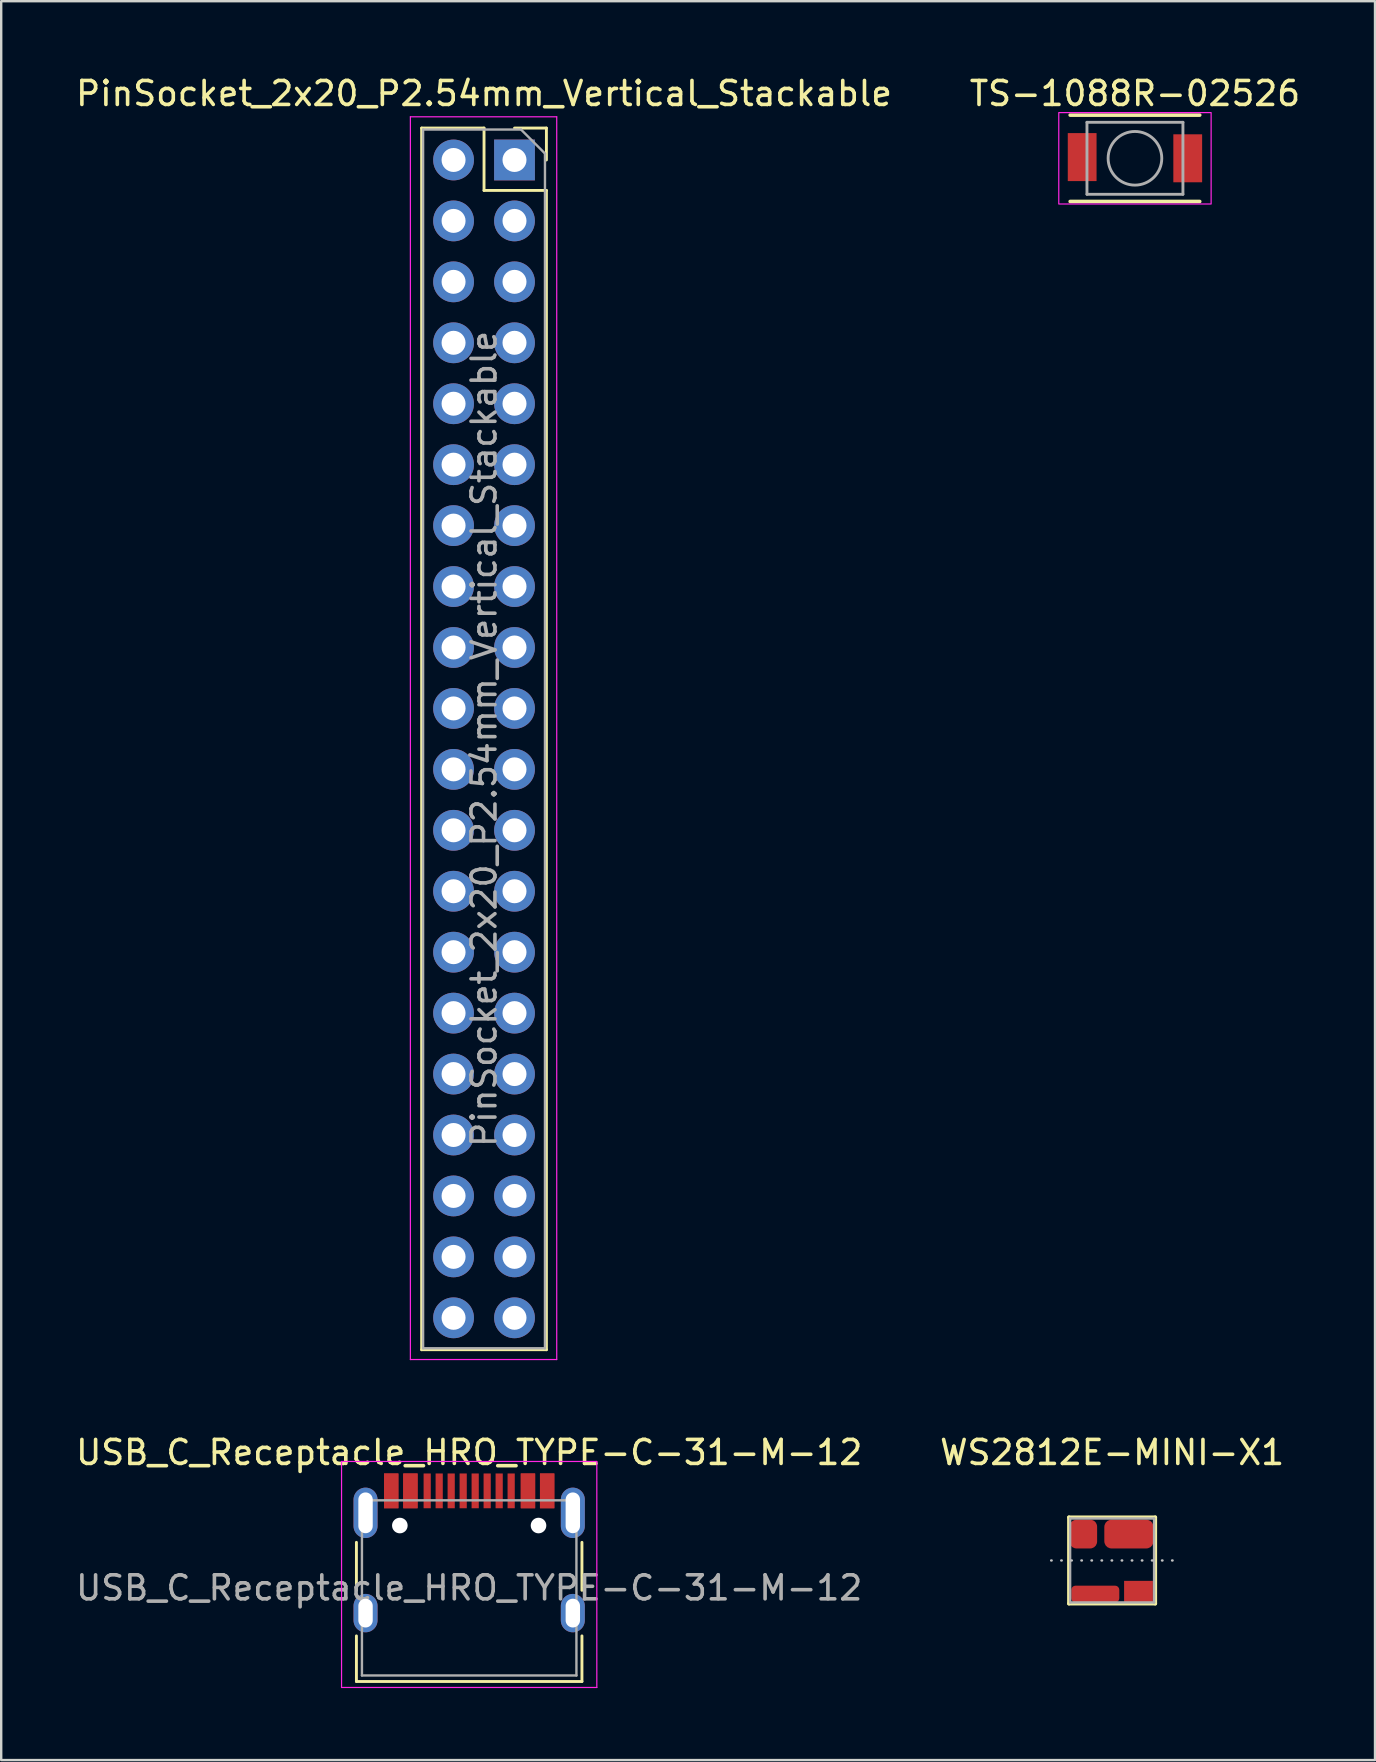
<source format=kicad_pcb>
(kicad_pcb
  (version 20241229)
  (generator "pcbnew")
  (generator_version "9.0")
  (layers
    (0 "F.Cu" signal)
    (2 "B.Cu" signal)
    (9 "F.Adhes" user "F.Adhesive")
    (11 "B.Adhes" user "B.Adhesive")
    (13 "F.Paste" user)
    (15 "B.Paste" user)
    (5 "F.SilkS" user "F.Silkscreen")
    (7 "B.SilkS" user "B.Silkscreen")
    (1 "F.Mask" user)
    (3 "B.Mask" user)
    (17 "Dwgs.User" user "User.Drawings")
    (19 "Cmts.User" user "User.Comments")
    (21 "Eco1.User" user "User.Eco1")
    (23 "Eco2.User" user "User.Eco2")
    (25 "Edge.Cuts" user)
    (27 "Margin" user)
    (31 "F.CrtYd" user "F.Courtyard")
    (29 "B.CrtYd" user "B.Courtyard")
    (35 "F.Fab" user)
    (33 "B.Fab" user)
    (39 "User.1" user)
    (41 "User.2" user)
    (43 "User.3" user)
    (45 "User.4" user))
  (footprint "WS2812E-MINI-X1"
    (layer "F.Cu")
    (at 43.304 61.992)
    (property "Reference" "WS2812E-MINI-X1" (at 0 -4.5 0) (unlocked yes) (layer "F.SilkS") (effects (font (size 1 1) (thickness 0.15))))
    (attr smd)
    (fp_line (start -1.8 -1.8) (end 1.8 -1.8) (stroke (width 0.15) (type default)) (layer "F.SilkS"))
    (fp_line (start -1.8 1.8) (end -1.8 -1.8) (stroke (width 0.15) (type default)) (layer "F.SilkS"))
    (fp_line (start 1.8 -1.8) (end 1.8 1.8) (stroke (width 0.15) (type default)) (layer "F.SilkS"))
    (fp_line (start 1.8 1.8) (end -1.8 1.8) (stroke (width 0.15) (type default)) (layer "F.SilkS"))
    (fp_line (start -2.54 0) (end 2.54 0) (stroke (width 0.1) (type dot)) (layer "Dwgs.User"))
    (fp_line (start -1.75 -1.75) (end 1.75 -1.75) (stroke (width 0.1) (type default)) (layer "F.Fab"))
    (fp_line (start -1.75 1.75) (end -1.75 -1.75) (stroke (width 0.1) (type default)) (layer "F.Fab"))
    (fp_line (start 1.75 -1.75) (end 1.75 1.75) (stroke (width 0.1) (type default)) (layer "F.Fab"))
    (fp_line (start 1.75 1.75) (end -1.75 1.75) (stroke (width 0.1) (type default)) (layer "F.Fab"))
    (pad "1" smd trapezoid (at 1.1 1.3) (size 1.2 0.9) (layers "F.Cu" "F.Mask" "F.Paste"))
    (pad "2" smd roundrect (at 0.7 -1.1) (size 2.05 1.2) (layers "F.Cu" "F.Mask" "F.Paste") (roundrect_rratio 0.25))
    (pad "3" smd roundrect (at -1.2 -1.1) (size 1.15 1.2) (layers "F.Cu" "F.Mask" "F.Paste") (roundrect_rratio 0.25))
    (pad "4" smd roundrect (at -0.7 1.4) (size 2 0.7) (layers "F.Cu" "F.Mask" "F.Paste") (roundrect_rratio 0.25)))
  (footprint "USB_C_Receptacle_HRO_TYPE-C-31-M-12"
    (layer "F.Cu")
    (at 16.506 63.136)
    (property "Reference" "USB_C_Receptacle_HRO_TYPE-C-31-M-12" (at 0 -5.645 0) (layer "F.SilkS") (effects (font (size 1 1) (thickness 0.15))))
    (attr through_hole)
    (fp_line (start -4.7 -1.9) (end -4.7 0.1) (stroke (width 0.12) (type solid)) (layer "F.SilkS"))
    (fp_line (start -4.7 2) (end -4.7 3.9) (stroke (width 0.12) (type solid)) (layer "F.SilkS"))
    (fp_line (start -4.7 3.9) (end 4.7 3.9) (stroke (width 0.12) (type solid)) (layer "F.SilkS"))
    (fp_line (start 4.7 -1.9) (end 4.7 0.1) (stroke (width 0.12) (type solid)) (layer "F.SilkS"))
    (fp_line (start 4.7 2) (end 4.7 3.9) (stroke (width 0.12) (type solid)) (layer "F.SilkS"))
    (fp_line (start -5.32 -5.27) (end -5.32 4.15) (stroke (width 0.05) (type solid)) (layer "F.CrtYd"))
    (fp_line (start -5.32 -5.27) (end 5.32 -5.27) (stroke (width 0.05) (type solid)) (layer "F.CrtYd"))
    (fp_line (start -5.32 4.15) (end 5.32 4.15) (stroke (width 0.05) (type solid)) (layer "F.CrtYd"))
    (fp_line (start 5.32 -5.27) (end 5.32 4.15) (stroke (width 0.05) (type solid)) (layer "F.CrtYd"))
    (fp_line (start -4.47 -3.65) (end -4.47 3.65) (stroke (width 0.1) (type solid)) (layer "F.Fab"))
    (fp_line (start -4.47 -3.65) (end 4.47 -3.65) (stroke (width 0.1) (type solid)) (layer "F.Fab"))
    (fp_line (start -4.47 3.65) (end 4.47 3.65) (stroke (width 0.1) (type solid)) (layer "F.Fab"))
    (fp_line (start 4.47 -3.65) (end 4.47 3.65) (stroke (width 0.1) (type solid)) (layer "F.Fab"))
    (fp_text user "${REFERENCE}" (at 0 0 0) (layer "F.Fab") (effects (font (size 1 1) (thickness 0.15))))
    (pad "" np_thru_hole circle (at -2.89 -2.6) (size 0.65 0.65) (drill 0.65) (layers "*.Cu" "*.Mask"))
    (pad "" np_thru_hole circle (at 2.89 -2.6) (size 0.65 0.65) (drill 0.65) (layers "*.Cu" "*.Mask"))
    (pad "A1" smd rect (at -3.25 -4.045) (size 0.6 1.45) (layers "F.Cu" "F.Mask" "F.Paste"))
    (pad "A4" smd rect (at -2.45 -4.045) (size 0.6 1.45) (layers "F.Cu" "F.Mask" "F.Paste"))
    (pad "A5" smd rect (at -1.25 -4.045) (size 0.3 1.45) (layers "F.Cu" "F.Mask" "F.Paste"))
    (pad "A6" smd rect (at -0.25 -4.045) (size 0.3 1.45) (layers "F.Cu" "F.Mask" "F.Paste"))
    (pad "A7" smd rect (at 0.25 -4.045) (size 0.3 1.45) (layers "F.Cu" "F.Mask" "F.Paste"))
    (pad "A8" smd rect (at 1.25 -4.045) (size 0.3 1.45) (layers "F.Cu" "F.Mask" "F.Paste"))
    (pad "A9" smd rect (at 2.45 -4.045) (size 0.6 1.45) (layers "F.Cu" "F.Mask" "F.Paste"))
    (pad "A12" smd rect (at 3.25 -4.045) (size 0.6 1.45) (layers "F.Cu" "F.Mask" "F.Paste"))
    (pad "B1" smd rect (at 3.25 -4.045) (size 0.6 1.45) (layers "F.Cu" "F.Mask" "F.Paste"))
    (pad "B4" smd rect (at 2.45 -4.045) (size 0.6 1.45) (layers "F.Cu" "F.Mask" "F.Paste"))
    (pad "B5" smd rect (at 1.75 -4.045) (size 0.3 1.45) (layers "F.Cu" "F.Mask" "F.Paste"))
    (pad "B6" smd rect (at 0.75 -4.045) (size 0.3 1.45) (layers "F.Cu" "F.Mask" "F.Paste"))
    (pad "B7" smd rect (at -0.75 -4.045) (size 0.3 1.45) (layers "F.Cu" "F.Mask" "F.Paste"))
    (pad "B8" smd rect (at -1.75 -4.045) (size 0.3 1.45) (layers "F.Cu" "F.Mask" "F.Paste"))
    (pad "B9" smd rect (at -2.45 -4.045) (size 0.6 1.45) (layers "F.Cu" "F.Mask" "F.Paste"))
    (pad "B12" smd rect (at -3.25 -4.045) (size 0.6 1.45) (layers "F.Cu" "F.Mask" "F.Paste"))
    (pad "S1" thru_hole oval (at -4.32 -3.13) (size 1 2.1) (drill oval 0.6 1.7) (layers "*.Cu" "*.Mask"))
    (pad "S1" thru_hole oval (at -4.32 1.05) (size 1 1.6) (drill oval 0.6 1.2) (layers "*.Cu" "*.Mask"))
    (pad "S1" thru_hole oval (at 4.32 -3.13) (size 1 2.1) (drill oval 0.6 1.7) (layers "*.Cu" "*.Mask"))
    (pad "S1" thru_hole oval (at 4.32 1.05) (size 1 1.6) (drill oval 0.6 1.2) (layers "*.Cu" "*.Mask")))
  (footprint "PinSocket_2x20_P2.54mm_Vertical_Stackable"
    (layer "F.Cu")
    (at 18.395 3.618)
    (property "Reference" "PinSocket_2x20_P2.54mm_Vertical_Stackable" (at -1.27 -2.77 0) (layer "F.SilkS") (effects (font (size 1 1) (thickness 0.15))))
    (attr through_hole)
    (fp_line (start -3.87 -1.33) (end -3.87 49.59) (stroke (width 0.12) (type solid)) (layer "F.SilkS"))
    (fp_line (start -3.87 -1.33) (end -1.27 -1.33) (stroke (width 0.12) (type solid)) (layer "F.SilkS"))
    (fp_line (start -3.87 49.59) (end 1.33 49.59) (stroke (width 0.12) (type solid)) (layer "F.SilkS"))
    (fp_line (start -1.27 -1.33) (end -1.27 1.27) (stroke (width 0.12) (type solid)) (layer "F.SilkS"))
    (fp_line (start -1.27 1.27) (end 1.33 1.27) (stroke (width 0.12) (type solid)) (layer "F.SilkS"))
    (fp_line (start 0 -1.33) (end 1.33 -1.33) (stroke (width 0.12) (type solid)) (layer "F.SilkS"))
    (fp_line (start 1.33 -1.33) (end 1.33 0) (stroke (width 0.12) (type solid)) (layer "F.SilkS"))
    (fp_line (start 1.33 1.27) (end 1.33 49.59) (stroke (width 0.12) (type solid)) (layer "F.SilkS"))
    (fp_line (start -4.34 -1.8) (end 1.76 -1.8) (stroke (width 0.05) (type solid)) (layer "F.CrtYd"))
    (fp_line (start -4.34 50) (end -4.34 -1.8) (stroke (width 0.05) (type solid)) (layer "F.CrtYd"))
    (fp_line (start 1.76 -1.8) (end 1.76 50) (stroke (width 0.05) (type solid)) (layer "F.CrtYd"))
    (fp_line (start 1.76 50) (end -4.34 50) (stroke (width 0.05) (type solid)) (layer "F.CrtYd"))
    (fp_line (start -3.81 -1.27) (end 0.27 -1.27) (stroke (width 0.1) (type solid)) (layer "F.Fab"))
    (fp_line (start -3.81 49.53) (end -3.81 -1.27) (stroke (width 0.1) (type solid)) (layer "F.Fab"))
    (fp_line (start 0.27 -1.27) (end 1.27 -0.27) (stroke (width 0.1) (type solid)) (layer "F.Fab"))
    (fp_line (start 1.27 -0.27) (end 1.27 49.53) (stroke (width 0.1) (type solid)) (layer "F.Fab"))
    (fp_line (start 1.27 49.53) (end -3.81 49.53) (stroke (width 0.1) (type solid)) (layer "F.Fab"))
    (fp_text user "${REFERENCE}" (at -1.27 24.13 90) (layer "F.Fab") (effects (font (size 1 1) (thickness 0.15))))
    (pad "1" thru_hole rect (at 0 0) (size 1.7 1.7) (drill 1) (layers "*.Cu" "*.Mask"))
    (pad "2" thru_hole oval (at -2.54 0) (size 1.7 1.7) (drill 1) (layers "*.Cu" "*.Mask"))
    (pad "3" thru_hole oval (at 0 2.54) (size 1.7 1.7) (drill 1) (layers "*.Cu" "*.Mask"))
    (pad "4" thru_hole oval (at -2.54 2.54) (size 1.7 1.7) (drill 1) (layers "*.Cu" "*.Mask"))
    (pad "5" thru_hole oval (at 0 5.08) (size 1.7 1.7) (drill 1) (layers "*.Cu" "*.Mask"))
    (pad "6" thru_hole oval (at -2.54 5.08) (size 1.7 1.7) (drill 1) (layers "*.Cu" "*.Mask"))
    (pad "7" thru_hole oval (at 0 7.62) (size 1.7 1.7) (drill 1) (layers "*.Cu" "*.Mask"))
    (pad "8" thru_hole oval (at -2.54 7.62) (size 1.7 1.7) (drill 1) (layers "*.Cu" "*.Mask"))
    (pad "9" thru_hole oval (at 0 10.16) (size 1.7 1.7) (drill 1) (layers "*.Cu" "*.Mask"))
    (pad "10" thru_hole oval (at -2.54 10.16) (size 1.7 1.7) (drill 1) (layers "*.Cu" "*.Mask"))
    (pad "11" thru_hole oval (at 0 12.7) (size 1.7 1.7) (drill 1) (layers "*.Cu" "*.Mask"))
    (pad "12" thru_hole oval (at -2.54 12.7) (size 1.7 1.7) (drill 1) (layers "*.Cu" "*.Mask"))
    (pad "13" thru_hole oval (at 0 15.24) (size 1.7 1.7) (drill 1) (layers "*.Cu" "*.Mask"))
    (pad "14" thru_hole oval (at -2.54 15.24) (size 1.7 1.7) (drill 1) (layers "*.Cu" "*.Mask"))
    (pad "15" thru_hole oval (at 0 17.78) (size 1.7 1.7) (drill 1) (layers "*.Cu" "*.Mask"))
    (pad "16" thru_hole oval (at -2.54 17.78) (size 1.7 1.7) (drill 1) (layers "*.Cu" "*.Mask"))
    (pad "17" thru_hole oval (at 0 20.32) (size 1.7 1.7) (drill 1) (layers "*.Cu" "*.Mask"))
    (pad "18" thru_hole oval (at -2.54 20.32) (size 1.7 1.7) (drill 1) (layers "*.Cu" "*.Mask"))
    (pad "19" thru_hole oval (at 0 22.86) (size 1.7 1.7) (drill 1) (layers "*.Cu" "*.Mask"))
    (pad "20" thru_hole oval (at -2.54 22.86) (size 1.7 1.7) (drill 1) (layers "*.Cu" "*.Mask"))
    (pad "21" thru_hole oval (at 0 25.4) (size 1.7 1.7) (drill 1) (layers "*.Cu" "*.Mask"))
    (pad "22" thru_hole oval (at -2.54 25.4) (size 1.7 1.7) (drill 1) (layers "*.Cu" "*.Mask"))
    (pad "23" thru_hole oval (at 0 27.94) (size 1.7 1.7) (drill 1) (layers "*.Cu" "*.Mask"))
    (pad "24" thru_hole oval (at -2.54 27.94) (size 1.7 1.7) (drill 1) (layers "*.Cu" "*.Mask"))
    (pad "25" thru_hole oval (at 0 30.48) (size 1.7 1.7) (drill 1) (layers "*.Cu" "*.Mask"))
    (pad "26" thru_hole oval (at -2.54 30.48) (size 1.7 1.7) (drill 1) (layers "*.Cu" "*.Mask"))
    (pad "27" thru_hole oval (at 0 33.02) (size 1.7 1.7) (drill 1) (layers "*.Cu" "*.Mask"))
    (pad "28" thru_hole oval (at -2.54 33.02) (size 1.7 1.7) (drill 1) (layers "*.Cu" "*.Mask"))
    (pad "29" thru_hole oval (at 0 35.56) (size 1.7 1.7) (drill 1) (layers "*.Cu" "*.Mask"))
    (pad "30" thru_hole oval (at -2.54 35.56) (size 1.7 1.7) (drill 1) (layers "*.Cu" "*.Mask"))
    (pad "31" thru_hole oval (at 0 38.1) (size 1.7 1.7) (drill 1) (layers "*.Cu" "*.Mask"))
    (pad "32" thru_hole oval (at -2.54 38.1) (size 1.7 1.7) (drill 1) (layers "*.Cu" "*.Mask"))
    (pad "33" thru_hole oval (at 0 40.64) (size 1.7 1.7) (drill 1) (layers "*.Cu" "*.Mask"))
    (pad "34" thru_hole oval (at -2.54 40.64) (size 1.7 1.7) (drill 1) (layers "*.Cu" "*.Mask"))
    (pad "35" thru_hole oval (at 0 43.18) (size 1.7 1.7) (drill 1) (layers "*.Cu" "*.Mask"))
    (pad "36" thru_hole oval (at -2.54 43.18) (size 1.7 1.7) (drill 1) (layers "*.Cu" "*.Mask"))
    (pad "37" thru_hole oval (at 0 45.72) (size 1.7 1.7) (drill 1) (layers "*.Cu" "*.Mask"))
    (pad "38" thru_hole oval (at -2.54 45.72) (size 1.7 1.7) (drill 1) (layers "*.Cu" "*.Mask"))
    (pad "39" thru_hole oval (at 0 48.26) (size 1.7 1.7) (drill 1) (layers "*.Cu" "*.Mask"))
    (pad "40" thru_hole oval (at -2.54 48.26) (size 1.7 1.7) (drill 1) (layers "*.Cu" "*.Mask")))
  (footprint "TS-1088R-02526"
    (layer "F.Cu")
    (at 44.256 3.548)
    (property "Reference" "TS-1088R-02526" (at 0 -2.7 0) (layer "F.SilkS") (effects (font (size 1 1) (thickness 0.15))))
    (attr smd)
    (fp_line (start -2.7 -1.8) (end 2.7 -1.8) (stroke (width 0.15) (type solid)) (layer "F.SilkS"))
    (fp_line (start 2.7 1.8) (end -2.7 1.8) (stroke (width 0.15) (type solid)) (layer "F.SilkS"))
    (fp_rect (start -3.175 -1.905) (end 3.175 1.905) (stroke (width 0.05) (type default)) (fill no) (layer "F.CrtYd"))
    (fp_line (start -2 -1.5) (end 2 -1.5) (stroke (width 0.12) (type solid)) (layer "F.Fab"))
    (fp_line (start -2 1.5) (end -2 -1.5) (stroke (width 0.12) (type solid)) (layer "F.Fab"))
    (fp_line (start 2 -1.5) (end 2 1.5) (stroke (width 0.12) (type solid)) (layer "F.Fab"))
    (fp_line (start 2 1.5) (end -2 1.5) (stroke (width 0.12) (type solid)) (layer "F.Fab"))
    (fp_circle (center 0 0) (end 0.5 -1) (stroke (width 0.12) (type solid)) (fill no) (layer "F.Fab"))
    (pad "1" smd rect (at -2.2 -0.05) (size 1.2 2) (layers "F.Cu" "F.Mask" "F.Paste"))
    (pad "2" smd rect (at 2.2 0) (size 1.2 2) (layers "F.Cu" "F.Mask" "F.Paste")))
  (gr_rect
    (start -3 -3)
    (end 54.262 70.311)
    (stroke (width 0.1) (type default))
    (fill no)
    (layer "Edge.Cuts")))
</source>
